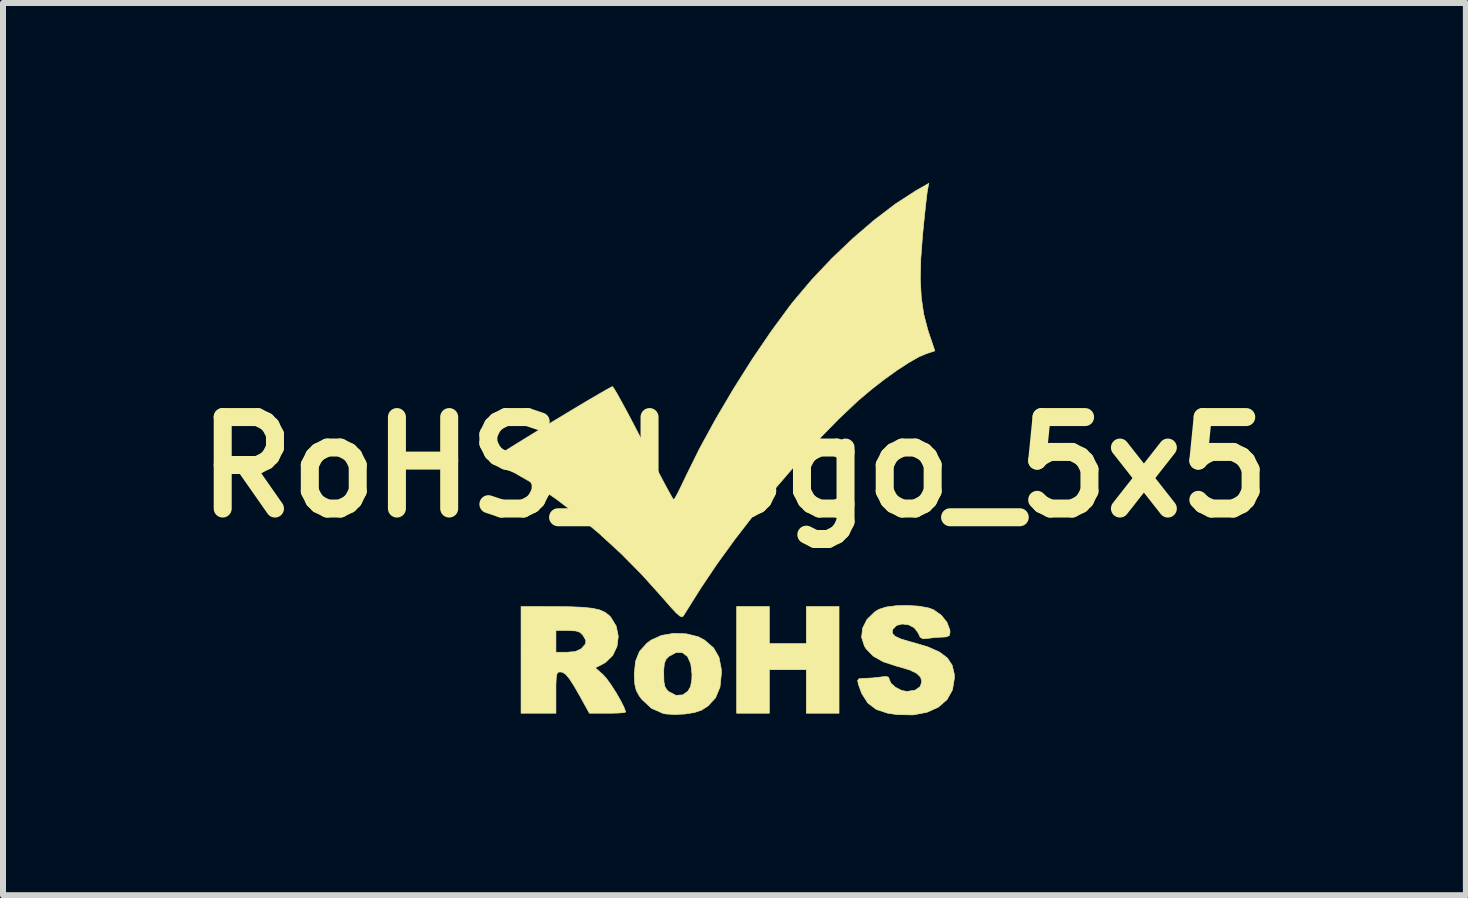
<source format=kicad_pcb>
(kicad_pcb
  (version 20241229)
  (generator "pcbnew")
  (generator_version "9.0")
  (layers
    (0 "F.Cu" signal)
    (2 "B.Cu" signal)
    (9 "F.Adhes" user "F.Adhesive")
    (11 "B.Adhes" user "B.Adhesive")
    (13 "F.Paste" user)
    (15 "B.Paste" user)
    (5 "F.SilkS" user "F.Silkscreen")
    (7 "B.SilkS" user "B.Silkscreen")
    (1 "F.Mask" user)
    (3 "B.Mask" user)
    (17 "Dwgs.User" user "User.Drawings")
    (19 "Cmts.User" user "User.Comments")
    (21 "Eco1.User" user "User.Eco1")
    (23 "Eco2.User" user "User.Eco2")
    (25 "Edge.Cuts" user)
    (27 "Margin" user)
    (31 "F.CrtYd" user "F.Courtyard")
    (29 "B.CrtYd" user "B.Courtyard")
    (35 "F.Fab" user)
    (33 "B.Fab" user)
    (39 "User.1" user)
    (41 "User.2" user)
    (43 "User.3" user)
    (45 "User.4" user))
  (footprint "RoHS_Logo_5x5"
    (layer "F.Cu")
    (at 9.188 4.734)
    (property "Reference" "RoHS_Logo_5x5" (at 0 0 0) (layer "F.SilkS") (effects (font (size 1.524 1.524) (thickness 0.3))))
    (attr through_hole)
    (fp_poly (pts (xy 0.581 2.939) (xy 1.197 2.939) (xy 1.197 2.322) (xy 1.742 2.322) (xy 1.742 4.1) (xy 1.197 4.1) (xy 1.197 3.375) (xy 0.581 3.375) (xy 0.581 4.1) (xy 0.036 4.1) (xy 0.036 2.322) (xy 0.581 2.322) (xy 0.581 2.939)) (stroke (width 0.01) (type solid)) (fill yes) (layer "F.SilkS"))
    (fp_poly (pts (xy -0.802 2.777) (xy -0.606 2.825) (xy -0.499 2.881) (xy -0.348 3.012) (xy -0.258 3.168) (xy -0.22 3.363) (xy -0.218 3.437) (xy -0.241 3.664) (xy -0.315 3.843) (xy -0.444 3.981) (xy -0.552 4.05) (xy -0.668 4.088) (xy -0.825 4.113) (xy -0.994 4.121) (xy -1.145 4.112) (xy -1.193 4.102) (xy -1.384 4.017) (xy -1.546 3.867) (xy -1.587 3.81) (xy -1.636 3.721) (xy -1.661 3.616) (xy -1.669 3.47) (xy -1.669 3.447) (xy -1.179 3.447) (xy -1.175 3.578) (xy -1.158 3.66) (xy -1.122 3.715) (xy -1.094 3.741) (xy -0.975 3.802) (xy -0.861 3.794) (xy -0.777 3.734) (xy -0.732 3.658) (xy -0.711 3.545) (xy -0.708 3.447) (xy -0.728 3.276) (xy -0.783 3.155) (xy -0.867 3.091) (xy -0.972 3.088) (xy -1.091 3.151) (xy -1.094 3.154) (xy -1.142 3.204) (xy -1.168 3.269) (xy -1.178 3.371) (xy -1.179 3.447) (xy -1.669 3.447) (xy -1.649 3.236) (xy -1.582 3.07) (xy -1.461 2.935) (xy -1.388 2.881) (xy -1.218 2.804) (xy -1.014 2.769) (xy -0.802 2.777)) (stroke (width 0.01) (type solid)) (fill yes) (layer "F.SilkS"))
    (fp_poly (pts (xy -3.003 2.323) (xy -2.732 2.326) (xy -2.523 2.335) (xy -2.365 2.352) (xy -2.248 2.378) (xy -2.159 2.417) (xy -2.09 2.47) (xy -2.061 2.5) (xy -1.97 2.65) (xy -1.936 2.818) (xy -1.957 2.986) (xy -2.029 3.138) (xy -2.15 3.254) (xy -2.184 3.274) (xy -2.319 3.344) (xy -2.191 3.456) (xy -2.13 3.525) (xy -2.053 3.632) (xy -1.972 3.759) (xy -1.898 3.888) (xy -1.842 3.998) (xy -1.815 4.072) (xy -1.814 4.081) (xy -1.848 4.09) (xy -1.937 4.097) (xy -2.065 4.1) (xy -2.116 4.1) (xy -2.417 4.1) (xy -2.573 3.819) (xy -2.673 3.645) (xy -2.749 3.527) (xy -2.809 3.455) (xy -2.861 3.419) (xy -2.908 3.411) (xy -2.94 3.418) (xy -2.959 3.446) (xy -2.97 3.511) (xy -2.975 3.624) (xy -2.975 3.756) (xy -2.975 4.1) (xy -3.556 4.1) (xy -3.556 2.721) (xy -2.975 2.721) (xy -2.975 3.084) (xy -2.794 3.084) (xy -2.657 3.073) (xy -2.566 3.034) (xy -2.54 3.012) (xy -2.481 2.943) (xy -2.476 2.885) (xy -2.52 2.808) (xy -2.524 2.802) (xy -2.572 2.753) (xy -2.641 2.729) (xy -2.757 2.722) (xy -2.778 2.721) (xy -2.975 2.721) (xy -3.556 2.721) (xy -3.556 2.322) (xy -3.003 2.323)) (stroke (width 0.01) (type solid)) (fill yes) (layer "F.SilkS"))
    (fp_poly (pts (xy 3.072 2.316) (xy 3.233 2.345) (xy 3.315 2.375) (xy 3.444 2.465) (xy 3.541 2.586) (xy 3.589 2.714) (xy 3.592 2.749) (xy 3.58 2.806) (xy 3.528 2.828) (xy 3.474 2.831) (xy 3.351 2.837) (xy 3.229 2.852) (xy 3.141 2.86) (xy 3.094 2.833) (xy 3.061 2.763) (xy 2.999 2.678) (xy 2.903 2.627) (xy 2.795 2.613) (xy 2.699 2.638) (xy 2.635 2.705) (xy 2.633 2.711) (xy 2.629 2.768) (xy 2.673 2.816) (xy 2.771 2.862) (xy 2.931 2.91) (xy 2.968 2.919) (xy 3.224 2.995) (xy 3.415 3.08) (xy 3.547 3.179) (xy 3.627 3.3) (xy 3.662 3.446) (xy 3.665 3.512) (xy 3.633 3.709) (xy 3.542 3.873) (xy 3.397 3.999) (xy 3.206 4.085) (xy 2.975 4.128) (xy 2.71 4.123) (xy 2.551 4.099) (xy 2.363 4.037) (xy 2.222 3.93) (xy 2.119 3.769) (xy 2.066 3.622) (xy 2.052 3.555) (xy 2.073 3.526) (xy 2.146 3.519) (xy 2.171 3.519) (xy 2.304 3.512) (xy 2.439 3.497) (xy 2.44 3.496) (xy 2.531 3.487) (xy 2.571 3.504) (xy 2.576 3.53) (xy 2.608 3.601) (xy 2.686 3.67) (xy 2.787 3.721) (xy 2.874 3.737) (xy 3.01 3.716) (xy 3.095 3.656) (xy 3.121 3.574) (xy 3.101 3.498) (xy 3.036 3.435) (xy 2.917 3.378) (xy 2.735 3.324) (xy 2.71 3.318) (xy 2.482 3.244) (xy 2.314 3.15) (xy 2.195 3.029) (xy 2.166 2.983) (xy 2.118 2.836) (xy 2.135 2.682) (xy 2.209 2.536) (xy 2.337 2.412) (xy 2.407 2.369) (xy 2.528 2.33) (xy 2.695 2.309) (xy 2.885 2.304) (xy 3.072 2.316)) (stroke (width 0.01) (type solid)) (fill yes) (layer "F.SilkS"))
    (fp_poly (pts (xy 3.217 -4.623) (xy 3.207 -4.553) (xy 3.192 -4.425) (xy 3.173 -4.253) (xy 3.152 -4.05) (xy 3.134 -3.865) (xy 3.104 -3.467) (xy 3.096 -3.125) (xy 3.113 -2.824) (xy 3.153 -2.551) (xy 3.22 -2.292) (xy 3.245 -2.213) (xy 3.289 -2.086) (xy 3.321 -1.99) (xy 3.337 -1.941) (xy 3.338 -1.938) (xy 3.307 -1.927) (xy 3.23 -1.902) (xy 3.201 -1.893) (xy 3.074 -1.839) (xy 2.907 -1.744) (xy 2.71 -1.616) (xy 2.497 -1.463) (xy 2.28 -1.294) (xy 2.07 -1.117) (xy 2.05 -1.099) (xy 1.735 -0.802) (xy 1.395 -0.454) (xy 1.043 -0.067) (xy 0.687 0.346) (xy 0.339 0.772) (xy 0.009 1.199) (xy -0.292 1.614) (xy -0.554 2.004) (xy -0.59 2.061) (xy -0.683 2.209) (xy -0.764 2.338) (xy -0.824 2.434) (xy -0.853 2.48) (xy -0.875 2.495) (xy -0.911 2.48) (xy -0.97 2.429) (xy -1.057 2.336) (xy -1.181 2.194) (xy -1.216 2.154) (xy -1.539 1.794) (xy -1.887 1.442) (xy -2.252 1.107) (xy -2.621 0.796) (xy -2.986 0.519) (xy -3.336 0.282) (xy -3.662 0.095) (xy -3.789 0.034) (xy -3.913 -0.026) (xy -4.005 -0.077) (xy -4.051 -0.111) (xy -4.054 -0.117) (xy -4.022 -0.142) (xy -3.937 -0.198) (xy -3.807 -0.28) (xy -3.642 -0.383) (xy -3.451 -0.501) (xy -3.242 -0.629) (xy -3.025 -0.761) (xy -2.809 -0.891) (xy -2.603 -1.015) (xy -2.415 -1.127) (xy -2.255 -1.22) (xy -2.132 -1.291) (xy -2.055 -1.333) (xy -2.033 -1.343) (xy -2.009 -1.312) (xy -1.956 -1.224) (xy -1.88 -1.087) (xy -1.784 -0.91) (xy -1.673 -0.7) (xy -1.552 -0.466) (xy -1.518 -0.4) (xy -1.394 -0.16) (xy -1.281 0.057) (xy -1.182 0.244) (xy -1.102 0.392) (xy -1.045 0.494) (xy -1.016 0.541) (xy -1.013 0.544) (xy -0.99 0.513) (xy -0.944 0.429) (xy -0.882 0.304) (xy -0.809 0.151) (xy -0.806 0.144) (xy -0.58 -0.313) (xy -0.313 -0.801) (xy -0.018 -1.301) (xy 0.293 -1.794) (xy 0.61 -2.26) (xy 0.919 -2.681) (xy 0.985 -2.765) (xy 1.288 -3.124) (xy 1.622 -3.477) (xy 1.975 -3.813) (xy 2.333 -4.12) (xy 2.684 -4.387) (xy 3.016 -4.602) (xy 3.052 -4.623) (xy 3.238 -4.729) (xy 3.217 -4.623)) (stroke (width 0.01) (type solid)) (fill yes) (layer "F.SilkS")))
  (gr_rect
    (start -3 -3)
    (end 21.375 11.866)
    (stroke (width 0.1) (type default))
    (fill no)
    (layer "Edge.Cuts")))
</source>
